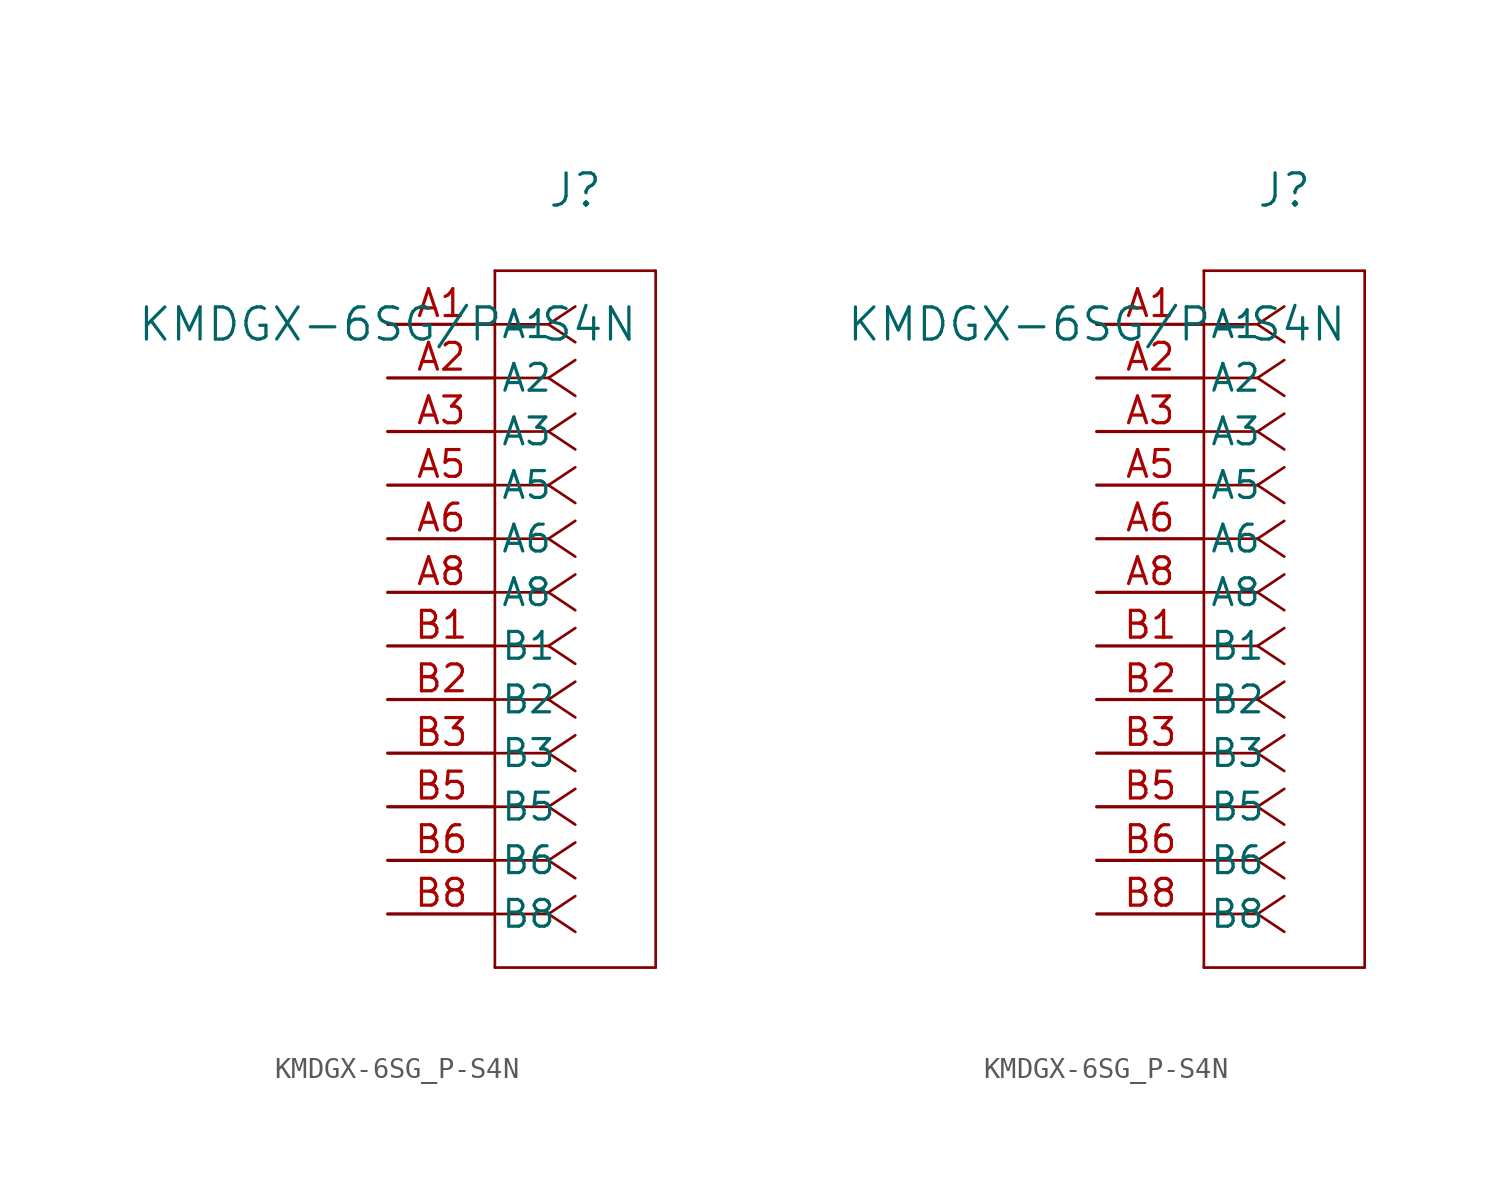
<source format=kicad_sym>
(kicad_symbol_lib
  (version 20211014)
  (generator kicad_symbol_editor)
  (symbol "KMDGX-6SG_P-S4N"
    (pin_names
      (offset 0.254))
    (property "Reference" "J"
      (at 8.89 6.35 0)
      (effects (font (size 1.524 1.524))))
    (property "Value" "KMDGX-6SG/P-S4N"
      (at 0 0 0)
      (effects (font (size 1.524 1.524))))
    (symbol "KMDGX-6SG_P-S4N_1_1"
      (polyline (pts (xy 7.62 0) (xy 5.08 0)) (stroke (width 0.127) (type default) (color 0 0 0 0)) (fill (type none)))
      (polyline (pts (xy 7.62 -2.54) (xy 5.08 -2.54)) (stroke (width 0.127) (type default) (color 0 0 0 0)) (fill (type none)))
      (polyline (pts (xy 7.62 -5.08) (xy 5.08 -5.08)) (stroke (width 0.127) (type default) (color 0 0 0 0)) (fill (type none)))
      (polyline (pts (xy 7.62 -7.62) (xy 5.08 -7.62)) (stroke (width 0.127) (type default) (color 0 0 0 0)) (fill (type none)))
      (polyline (pts (xy 7.62 -10.16) (xy 5.08 -10.16)) (stroke (width 0.127) (type default) (color 0 0 0 0)) (fill (type none)))
      (polyline (pts (xy 7.62 -12.7) (xy 5.08 -12.7)) (stroke (width 0.127) (type default) (color 0 0 0 0)) (fill (type none)))
      (polyline (pts (xy 7.62 -15.24) (xy 5.08 -15.24)) (stroke (width 0.127) (type default) (color 0 0 0 0)) (fill (type none)))
      (polyline (pts (xy 7.62 -17.78) (xy 5.08 -17.78)) (stroke (width 0.127) (type default) (color 0 0 0 0)) (fill (type none)))
      (polyline (pts (xy 7.62 -20.32) (xy 5.08 -20.32)) (stroke (width 0.127) (type default) (color 0 0 0 0)) (fill (type none)))
      (polyline (pts (xy 7.62 -22.86) (xy 5.08 -22.86)) (stroke (width 0.127) (type default) (color 0 0 0 0)) (fill (type none)))
      (polyline (pts (xy 7.62 -25.4) (xy 5.08 -25.4)) (stroke (width 0.127) (type default) (color 0 0 0 0)) (fill (type none)))
      (polyline (pts (xy 7.62 -27.94) (xy 5.08 -27.94)) (stroke (width 0.127) (type default) (color 0 0 0 0)) (fill (type none)))
      (polyline (pts (xy 7.62 0) (xy 8.89 0.847)) (stroke (width 0.127) (type default) (color 0 0 0 0)) (fill (type none)))
      (polyline (pts (xy 7.62 -2.54) (xy 8.89 -1.693)) (stroke (width 0.127) (type default) (color 0 0 0 0)) (fill (type none)))
      (polyline (pts (xy 7.62 -5.08) (xy 8.89 -4.233)) (stroke (width 0.127) (type default) (color 0 0 0 0)) (fill (type none)))
      (polyline (pts (xy 7.62 -7.62) (xy 8.89 -6.773)) (stroke (width 0.127) (type default) (color 0 0 0 0)) (fill (type none)))
      (polyline (pts (xy 7.62 -10.16) (xy 8.89 -9.313)) (stroke (width 0.127) (type default) (color 0 0 0 0)) (fill (type none)))
      (polyline (pts (xy 7.62 -12.7) (xy 8.89 -11.853)) (stroke (width 0.127) (type default) (color 0 0 0 0)) (fill (type none)))
      (polyline (pts (xy 7.62 -15.24) (xy 8.89 -14.393)) (stroke (width 0.127) (type default) (color 0 0 0 0)) (fill (type none)))
      (polyline (pts (xy 7.62 -17.78) (xy 8.89 -16.933)) (stroke (width 0.127) (type default) (color 0 0 0 0)) (fill (type none)))
      (polyline (pts (xy 7.62 -20.32) (xy 8.89 -19.473)) (stroke (width 0.127) (type default) (color 0 0 0 0)) (fill (type none)))
      (polyline (pts (xy 7.62 -22.86) (xy 8.89 -22.013)) (stroke (width 0.127) (type default) (color 0 0 0 0)) (fill (type none)))
      (polyline (pts (xy 7.62 -25.4) (xy 8.89 -24.553)) (stroke (width 0.127) (type default) (color 0 0 0 0)) (fill (type none)))
      (polyline (pts (xy 7.62 -27.94) (xy 8.89 -27.093)) (stroke (width 0.127) (type default) (color 0 0 0 0)) (fill (type none)))
      (polyline (pts (xy 7.62 0) (xy 8.89 -0.847)) (stroke (width 0.127) (type default) (color 0 0 0 0)) (fill (type none)))
      (polyline (pts (xy 7.62 -2.54) (xy 8.89 -3.387)) (stroke (width 0.127) (type default) (color 0 0 0 0)) (fill (type none)))
      (polyline (pts (xy 7.62 -5.08) (xy 8.89 -5.927)) (stroke (width 0.127) (type default) (color 0 0 0 0)) (fill (type none)))
      (polyline (pts (xy 7.62 -7.62) (xy 8.89 -8.467)) (stroke (width 0.127) (type default) (color 0 0 0 0)) (fill (type none)))
      (polyline (pts (xy 7.62 -10.16) (xy 8.89 -11.007)) (stroke (width 0.127) (type default) (color 0 0 0 0)) (fill (type none)))
      (polyline (pts (xy 7.62 -12.7) (xy 8.89 -13.547)) (stroke (width 0.127) (type default) (color 0 0 0 0)) (fill (type none)))
      (polyline (pts (xy 7.62 -15.24) (xy 8.89 -16.087)) (stroke (width 0.127) (type default) (color 0 0 0 0)) (fill (type none)))
      (polyline (pts (xy 7.62 -17.78) (xy 8.89 -18.627)) (stroke (width 0.127) (type default) (color 0 0 0 0)) (fill (type none)))
      (polyline (pts (xy 7.62 -20.32) (xy 8.89 -21.167)) (stroke (width 0.127) (type default) (color 0 0 0 0)) (fill (type none)))
      (polyline (pts (xy 7.62 -22.86) (xy 8.89 -23.707)) (stroke (width 0.127) (type default) (color 0 0 0 0)) (fill (type none)))
      (polyline (pts (xy 7.62 -25.4) (xy 8.89 -26.247)) (stroke (width 0.127) (type default) (color 0 0 0 0)) (fill (type none)))
      (polyline (pts (xy 7.62 -27.94) (xy 8.89 -28.787)) (stroke (width 0.127) (type default) (color 0 0 0 0)) (fill (type none)))
      (polyline (pts (xy 5.08 2.54) (xy 5.08 -30.48)) (stroke (width 0.127) (type default) (color 0 0 0 0)) (fill (type none)))
      (polyline (pts (xy 5.08 -30.48) (xy 12.7 -30.48)) (stroke (width 0.127) (type default) (color 0 0 0 0)) (fill (type none)))
      (polyline (pts (xy 12.7 -30.48) (xy 12.7 2.54)) (stroke (width 0.127) (type default) (color 0 0 0 0)) (fill (type none)))
      (polyline (pts (xy 12.7 2.54) (xy 5.08 2.54)) (stroke (width 0.127) (type default) (color 0 0 0 0)) (fill (type none)))
      (pin unspecified line (at 0 0 0) (length 5.08) (name "A1" (effects (font (size 1.27 1.27)))) (number "A1" (effects (font (size 1.27 1.27)))))
      (pin unspecified line (at 0 -2.54 0) (length 5.08) (name "A2" (effects (font (size 1.27 1.27)))) (number "A2" (effects (font (size 1.27 1.27)))))
      (pin unspecified line (at 0 -5.08 0) (length 5.08) (name "A3" (effects (font (size 1.27 1.27)))) (number "A3" (effects (font (size 1.27 1.27)))))
      (pin unspecified line (at 0 -7.62 0) (length 5.08) (name "A5" (effects (font (size 1.27 1.27)))) (number "A5" (effects (font (size 1.27 1.27)))))
      (pin unspecified line (at 0 -10.16 0) (length 5.08) (name "A6" (effects (font (size 1.27 1.27)))) (number "A6" (effects (font (size 1.27 1.27)))))
      (pin unspecified line (at 0 -12.7 0) (length 5.08) (name "A8" (effects (font (size 1.27 1.27)))) (number "A8" (effects (font (size 1.27 1.27)))))
      (pin unspecified line (at 0 -15.24 0) (length 5.08) (name "B1" (effects (font (size 1.27 1.27)))) (number "B1" (effects (font (size 1.27 1.27)))))
      (pin unspecified line (at 0 -17.78 0) (length 5.08) (name "B2" (effects (font (size 1.27 1.27)))) (number "B2" (effects (font (size 1.27 1.27)))))
      (pin unspecified line (at 0 -20.32 0) (length 5.08) (name "B3" (effects (font (size 1.27 1.27)))) (number "B3" (effects (font (size 1.27 1.27)))))
      (pin unspecified line (at 0 -22.86 0) (length 5.08) (name "B5" (effects (font (size 1.27 1.27)))) (number "B5" (effects (font (size 1.27 1.27)))))
      (pin unspecified line (at 0 -25.4 0) (length 5.08) (name "B6" (effects (font (size 1.27 1.27)))) (number "B6" (effects (font (size 1.27 1.27)))))
      (pin unspecified line (at 0 -27.94 0) (length 5.08) (name "B8" (effects (font (size 1.27 1.27)))) (number "B8" (effects (font (size 1.27 1.27))))))
    (symbol "KMDGX-6SG_P-S4N_1_2"
      (polyline (pts (xy 7.62 0) (xy 5.08 0)) (stroke (width 0.127) (type default) (color 0 0 0 0)) (fill (type none)))
      (polyline (pts (xy 7.62 -2.54) (xy 5.08 -2.54)) (stroke (width 0.127) (type default) (color 0 0 0 0)) (fill (type none)))
      (polyline (pts (xy 7.62 -5.08) (xy 5.08 -5.08)) (stroke (width 0.127) (type default) (color 0 0 0 0)) (fill (type none)))
      (polyline (pts (xy 7.62 -7.62) (xy 5.08 -7.62)) (stroke (width 0.127) (type default) (color 0 0 0 0)) (fill (type none)))
      (polyline (pts (xy 7.62 -10.16) (xy 5.08 -10.16)) (stroke (width 0.127) (type default) (color 0 0 0 0)) (fill (type none)))
      (polyline (pts (xy 7.62 -12.7) (xy 5.08 -12.7)) (stroke (width 0.127) (type default) (color 0 0 0 0)) (fill (type none)))
      (polyline (pts (xy 7.62 -15.24) (xy 5.08 -15.24)) (stroke (width 0.127) (type default) (color 0 0 0 0)) (fill (type none)))
      (polyline (pts (xy 7.62 -17.78) (xy 5.08 -17.78)) (stroke (width 0.127) (type default) (color 0 0 0 0)) (fill (type none)))
      (polyline (pts (xy 7.62 -20.32) (xy 5.08 -20.32)) (stroke (width 0.127) (type default) (color 0 0 0 0)) (fill (type none)))
      (polyline (pts (xy 7.62 -22.86) (xy 5.08 -22.86)) (stroke (width 0.127) (type default) (color 0 0 0 0)) (fill (type none)))
      (polyline (pts (xy 7.62 -25.4) (xy 5.08 -25.4)) (stroke (width 0.127) (type default) (color 0 0 0 0)) (fill (type none)))
      (polyline (pts (xy 7.62 -27.94) (xy 5.08 -27.94)) (stroke (width 0.127) (type default) (color 0 0 0 0)) (fill (type none)))
      (polyline (pts (xy 7.62 0) (xy 8.89 0.847)) (stroke (width 0.127) (type default) (color 0 0 0 0)) (fill (type none)))
      (polyline (pts (xy 7.62 -2.54) (xy 8.89 -1.693)) (stroke (width 0.127) (type default) (color 0 0 0 0)) (fill (type none)))
      (polyline (pts (xy 7.62 -5.08) (xy 8.89 -4.233)) (stroke (width 0.127) (type default) (color 0 0 0 0)) (fill (type none)))
      (polyline (pts (xy 7.62 -7.62) (xy 8.89 -6.773)) (stroke (width 0.127) (type default) (color 0 0 0 0)) (fill (type none)))
      (polyline (pts (xy 7.62 -10.16) (xy 8.89 -9.313)) (stroke (width 0.127) (type default) (color 0 0 0 0)) (fill (type none)))
      (polyline (pts (xy 7.62 -12.7) (xy 8.89 -11.853)) (stroke (width 0.127) (type default) (color 0 0 0 0)) (fill (type none)))
      (polyline (pts (xy 7.62 -15.24) (xy 8.89 -14.393)) (stroke (width 0.127) (type default) (color 0 0 0 0)) (fill (type none)))
      (polyline (pts (xy 7.62 -17.78) (xy 8.89 -16.933)) (stroke (width 0.127) (type default) (color 0 0 0 0)) (fill (type none)))
      (polyline (pts (xy 7.62 -20.32) (xy 8.89 -19.473)) (stroke (width 0.127) (type default) (color 0 0 0 0)) (fill (type none)))
      (polyline (pts (xy 7.62 -22.86) (xy 8.89 -22.013)) (stroke (width 0.127) (type default) (color 0 0 0 0)) (fill (type none)))
      (polyline (pts (xy 7.62 -25.4) (xy 8.89 -24.553)) (stroke (width 0.127) (type default) (color 0 0 0 0)) (fill (type none)))
      (polyline (pts (xy 7.62 -27.94) (xy 8.89 -27.093)) (stroke (width 0.127) (type default) (color 0 0 0 0)) (fill (type none)))
      (polyline (pts (xy 7.62 0) (xy 8.89 -0.847)) (stroke (width 0.127) (type default) (color 0 0 0 0)) (fill (type none)))
      (polyline (pts (xy 7.62 -2.54) (xy 8.89 -3.387)) (stroke (width 0.127) (type default) (color 0 0 0 0)) (fill (type none)))
      (polyline (pts (xy 7.62 -5.08) (xy 8.89 -5.927)) (stroke (width 0.127) (type default) (color 0 0 0 0)) (fill (type none)))
      (polyline (pts (xy 7.62 -7.62) (xy 8.89 -8.467)) (stroke (width 0.127) (type default) (color 0 0 0 0)) (fill (type none)))
      (polyline (pts (xy 7.62 -10.16) (xy 8.89 -11.007)) (stroke (width 0.127) (type default) (color 0 0 0 0)) (fill (type none)))
      (polyline (pts (xy 7.62 -12.7) (xy 8.89 -13.547)) (stroke (width 0.127) (type default) (color 0 0 0 0)) (fill (type none)))
      (polyline (pts (xy 7.62 -15.24) (xy 8.89 -16.087)) (stroke (width 0.127) (type default) (color 0 0 0 0)) (fill (type none)))
      (polyline (pts (xy 7.62 -17.78) (xy 8.89 -18.627)) (stroke (width 0.127) (type default) (color 0 0 0 0)) (fill (type none)))
      (polyline (pts (xy 7.62 -20.32) (xy 8.89 -21.167)) (stroke (width 0.127) (type default) (color 0 0 0 0)) (fill (type none)))
      (polyline (pts (xy 7.62 -22.86) (xy 8.89 -23.707)) (stroke (width 0.127) (type default) (color 0 0 0 0)) (fill (type none)))
      (polyline (pts (xy 7.62 -25.4) (xy 8.89 -26.247)) (stroke (width 0.127) (type default) (color 0 0 0 0)) (fill (type none)))
      (polyline (pts (xy 7.62 -27.94) (xy 8.89 -28.787)) (stroke (width 0.127) (type default) (color 0 0 0 0)) (fill (type none)))
      (polyline (pts (xy 5.08 2.54) (xy 5.08 -30.48)) (stroke (width 0.127) (type default) (color 0 0 0 0)) (fill (type none)))
      (polyline (pts (xy 5.08 -30.48) (xy 12.7 -30.48)) (stroke (width 0.127) (type default) (color 0 0 0 0)) (fill (type none)))
      (polyline (pts (xy 12.7 -30.48) (xy 12.7 2.54)) (stroke (width 0.127) (type default) (color 0 0 0 0)) (fill (type none)))
      (polyline (pts (xy 12.7 2.54) (xy 5.08 2.54)) (stroke (width 0.127) (type default) (color 0 0 0 0)) (fill (type none)))
      (pin unspecified line (at 0 0 0) (length 5.08) (name "A1" (effects (font (size 1.27 1.27)))) (number "A1" (effects (font (size 1.27 1.27)))))
      (pin unspecified line (at 0 -2.54 0) (length 5.08) (name "A2" (effects (font (size 1.27 1.27)))) (number "A2" (effects (font (size 1.27 1.27)))))
      (pin unspecified line (at 0 -5.08 0) (length 5.08) (name "A3" (effects (font (size 1.27 1.27)))) (number "A3" (effects (font (size 1.27 1.27)))))
      (pin unspecified line (at 0 -7.62 0) (length 5.08) (name "A5" (effects (font (size 1.27 1.27)))) (number "A5" (effects (font (size 1.27 1.27)))))
      (pin unspecified line (at 0 -10.16 0) (length 5.08) (name "A6" (effects (font (size 1.27 1.27)))) (number "A6" (effects (font (size 1.27 1.27)))))
      (pin unspecified line (at 0 -12.7 0) (length 5.08) (name "A8" (effects (font (size 1.27 1.27)))) (number "A8" (effects (font (size 1.27 1.27)))))
      (pin unspecified line (at 0 -15.24 0) (length 5.08) (name "B1" (effects (font (size 1.27 1.27)))) (number "B1" (effects (font (size 1.27 1.27)))))
      (pin unspecified line (at 0 -17.78 0) (length 5.08) (name "B2" (effects (font (size 1.27 1.27)))) (number "B2" (effects (font (size 1.27 1.27)))))
      (pin unspecified line (at 0 -20.32 0) (length 5.08) (name "B3" (effects (font (size 1.27 1.27)))) (number "B3" (effects (font (size 1.27 1.27)))))
      (pin unspecified line (at 0 -22.86 0) (length 5.08) (name "B5" (effects (font (size 1.27 1.27)))) (number "B5" (effects (font (size 1.27 1.27)))))
      (pin unspecified line (at 0 -25.4 0) (length 5.08) (name "B6" (effects (font (size 1.27 1.27)))) (number "B6" (effects (font (size 1.27 1.27)))))
      (pin unspecified line (at 0 -27.94 0) (length 5.08) (name "B8" (effects (font (size 1.27 1.27)))) (number "B8" (effects (font (size 1.27 1.27))))))))
</source>
